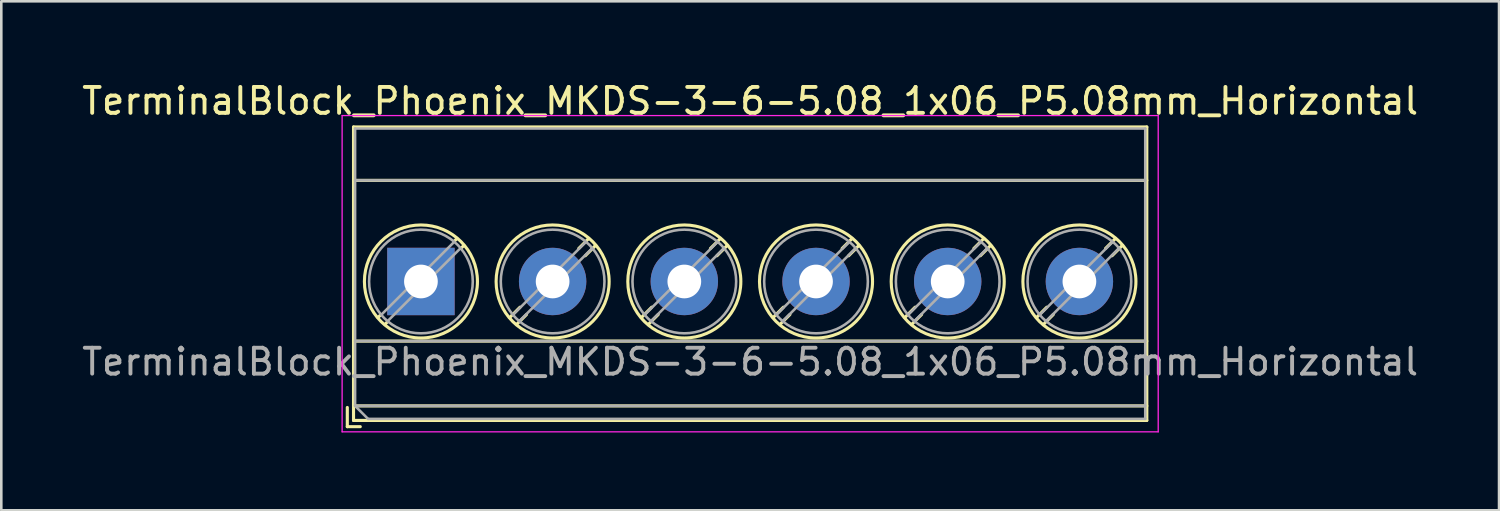
<source format=kicad_pcb>
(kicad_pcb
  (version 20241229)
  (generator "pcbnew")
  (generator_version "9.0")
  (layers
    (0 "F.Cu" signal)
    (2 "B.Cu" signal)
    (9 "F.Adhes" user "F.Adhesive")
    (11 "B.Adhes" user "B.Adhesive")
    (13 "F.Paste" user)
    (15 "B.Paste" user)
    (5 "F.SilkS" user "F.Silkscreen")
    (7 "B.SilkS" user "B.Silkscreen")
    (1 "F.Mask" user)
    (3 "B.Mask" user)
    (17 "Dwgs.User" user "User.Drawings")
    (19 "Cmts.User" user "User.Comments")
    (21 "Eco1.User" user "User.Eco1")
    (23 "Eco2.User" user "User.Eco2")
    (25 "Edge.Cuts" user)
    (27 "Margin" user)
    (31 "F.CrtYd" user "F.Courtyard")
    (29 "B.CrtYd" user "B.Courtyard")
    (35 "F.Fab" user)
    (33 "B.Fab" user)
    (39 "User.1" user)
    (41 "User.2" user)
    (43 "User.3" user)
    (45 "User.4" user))
  (footprint "TerminalBlock_Phoenix_MKDS-3-6-5.08_1x06_P5.08mm_Horizontal"
    (layer "F.Cu")
    (at 13.187 7.808)
    (property "Reference" "TerminalBlock_Phoenix_MKDS-3-6-5.08_1x06_P5.08mm_Horizontal" (at 12.7 -6.96 0) (layer "F.SilkS") (effects (font (size 1 1) (thickness 0.15))))
    (attr through_hole)
    (fp_line (start -2.84 4.86) (end -2.84 5.6) (stroke (width 0.12) (type solid)) (layer "F.SilkS"))
    (fp_line (start -2.84 5.6) (end -2.34 5.6) (stroke (width 0.12) (type solid)) (layer "F.SilkS"))
    (fp_line (start -2.6 -5.96) (end -2.6 5.36) (stroke (width 0.12) (type solid)) (layer "F.SilkS"))
    (fp_line (start -2.6 -5.96) (end 28 -5.96) (stroke (width 0.12) (type solid)) (layer "F.SilkS"))
    (fp_line (start -2.6 -3.9) (end 28 -3.9) (stroke (width 0.12) (type solid)) (layer "F.SilkS"))
    (fp_line (start -2.6 2.3) (end 28 2.3) (stroke (width 0.12) (type solid)) (layer "F.SilkS"))
    (fp_line (start -2.6 4.8) (end 28 4.8) (stroke (width 0.12) (type solid)) (layer "F.SilkS"))
    (fp_line (start -2.6 5.36) (end 28 5.36) (stroke (width 0.12) (type solid)) (layer "F.SilkS"))
    (fp_line (start -1.548 1.281) (end -1.654 1.388) (stroke (width 0.12) (type solid)) (layer "F.SilkS"))
    (fp_line (start -1.282 1.547) (end -1.388 1.654) (stroke (width 0.12) (type solid)) (layer "F.SilkS"))
    (fp_line (start 1.388 -1.654) (end 1.281 -1.547) (stroke (width 0.12) (type solid)) (layer "F.SilkS"))
    (fp_line (start 1.654 -1.388) (end 1.547 -1.281) (stroke (width 0.12) (type solid)) (layer "F.SilkS"))
    (fp_line (start 3.822 0.992) (end 3.427 1.388) (stroke (width 0.12) (type solid)) (layer "F.SilkS"))
    (fp_line (start 4.073 1.274) (end 3.693 1.654) (stroke (width 0.12) (type solid)) (layer "F.SilkS"))
    (fp_line (start 6.468 -1.654) (end 6.088 -1.274) (stroke (width 0.12) (type solid)) (layer "F.SilkS"))
    (fp_line (start 6.734 -1.388) (end 6.339 -0.992) (stroke (width 0.12) (type solid)) (layer "F.SilkS"))
    (fp_line (start 8.902 0.992) (end 8.507 1.388) (stroke (width 0.12) (type solid)) (layer "F.SilkS"))
    (fp_line (start 9.153 1.274) (end 8.773 1.654) (stroke (width 0.12) (type solid)) (layer "F.SilkS"))
    (fp_line (start 11.548 -1.654) (end 11.168 -1.274) (stroke (width 0.12) (type solid)) (layer "F.SilkS"))
    (fp_line (start 11.814 -1.388) (end 11.419 -0.992) (stroke (width 0.12) (type solid)) (layer "F.SilkS"))
    (fp_line (start 13.982 0.992) (end 13.587 1.388) (stroke (width 0.12) (type solid)) (layer "F.SilkS"))
    (fp_line (start 14.233 1.274) (end 13.853 1.654) (stroke (width 0.12) (type solid)) (layer "F.SilkS"))
    (fp_line (start 16.628 -1.654) (end 16.248 -1.274) (stroke (width 0.12) (type solid)) (layer "F.SilkS"))
    (fp_line (start 16.894 -1.388) (end 16.499 -0.992) (stroke (width 0.12) (type solid)) (layer "F.SilkS"))
    (fp_line (start 19.062 0.992) (end 18.667 1.388) (stroke (width 0.12) (type solid)) (layer "F.SilkS"))
    (fp_line (start 19.313 1.274) (end 18.933 1.654) (stroke (width 0.12) (type solid)) (layer "F.SilkS"))
    (fp_line (start 21.708 -1.654) (end 21.328 -1.274) (stroke (width 0.12) (type solid)) (layer "F.SilkS"))
    (fp_line (start 21.974 -1.388) (end 21.579 -0.992) (stroke (width 0.12) (type solid)) (layer "F.SilkS"))
    (fp_line (start 24.142 0.992) (end 23.747 1.388) (stroke (width 0.12) (type solid)) (layer "F.SilkS"))
    (fp_line (start 24.393 1.274) (end 24.013 1.654) (stroke (width 0.12) (type solid)) (layer "F.SilkS"))
    (fp_line (start 26.788 -1.654) (end 26.408 -1.274) (stroke (width 0.12) (type solid)) (layer "F.SilkS"))
    (fp_line (start 27.054 -1.388) (end 26.659 -0.992) (stroke (width 0.12) (type solid)) (layer "F.SilkS"))
    (fp_line (start 28 -5.96) (end 28 5.36) (stroke (width 0.12) (type solid)) (layer "F.SilkS"))
    (fp_circle (center 0 0) (end 2.18 0) (stroke (width 0.12) (type solid)) (fill no) (layer "F.SilkS"))
    (fp_circle (center 5.08 0) (end 7.26 0) (stroke (width 0.12) (type solid)) (fill no) (layer "F.SilkS"))
    (fp_circle (center 10.16 0) (end 12.34 0) (stroke (width 0.12) (type solid)) (fill no) (layer "F.SilkS"))
    (fp_circle (center 15.24 0) (end 17.42 0) (stroke (width 0.12) (type solid)) (fill no) (layer "F.SilkS"))
    (fp_circle (center 20.32 0) (end 22.5 0) (stroke (width 0.12) (type solid)) (fill no) (layer "F.SilkS"))
    (fp_circle (center 25.4 0) (end 27.58 0) (stroke (width 0.12) (type solid)) (fill no) (layer "F.SilkS"))
    (fp_line (start -3.04 -6.4) (end -3.04 5.8) (stroke (width 0.05) (type solid)) (layer "F.CrtYd"))
    (fp_line (start -3.04 5.8) (end 28.44 5.8) (stroke (width 0.05) (type solid)) (layer "F.CrtYd"))
    (fp_line (start 28.44 -6.4) (end -3.04 -6.4) (stroke (width 0.05) (type solid)) (layer "F.CrtYd"))
    (fp_line (start 28.44 5.8) (end 28.44 -6.4) (stroke (width 0.05) (type solid)) (layer "F.CrtYd"))
    (fp_line (start -2.54 -5.9) (end 27.94 -5.9) (stroke (width 0.1) (type solid)) (layer "F.Fab"))
    (fp_line (start -2.54 -3.9) (end 27.94 -3.9) (stroke (width 0.1) (type solid)) (layer "F.Fab"))
    (fp_line (start -2.54 2.3) (end 27.94 2.3) (stroke (width 0.1) (type solid)) (layer "F.Fab"))
    (fp_line (start -2.54 4.8) (end -2.54 -5.9) (stroke (width 0.1) (type solid)) (layer "F.Fab"))
    (fp_line (start -2.54 4.8) (end 27.94 4.8) (stroke (width 0.1) (type solid)) (layer "F.Fab"))
    (fp_line (start -2.04 5.3) (end -2.54 4.8) (stroke (width 0.1) (type solid)) (layer "F.Fab"))
    (fp_line (start 1.273 -1.517) (end -1.517 1.273) (stroke (width 0.1) (type solid)) (layer "F.Fab"))
    (fp_line (start 1.517 -1.273) (end -1.273 1.517) (stroke (width 0.1) (type solid)) (layer "F.Fab"))
    (fp_line (start 6.353 -1.517) (end 3.564 1.273) (stroke (width 0.1) (type solid)) (layer "F.Fab"))
    (fp_line (start 6.597 -1.273) (end 3.808 1.517) (stroke (width 0.1) (type solid)) (layer "F.Fab"))
    (fp_line (start 11.433 -1.517) (end 8.644 1.273) (stroke (width 0.1) (type solid)) (layer "F.Fab"))
    (fp_line (start 11.677 -1.273) (end 8.888 1.517) (stroke (width 0.1) (type solid)) (layer "F.Fab"))
    (fp_line (start 16.513 -1.517) (end 13.724 1.273) (stroke (width 0.1) (type solid)) (layer "F.Fab"))
    (fp_line (start 16.757 -1.273) (end 13.968 1.517) (stroke (width 0.1) (type solid)) (layer "F.Fab"))
    (fp_line (start 21.593 -1.517) (end 18.804 1.273) (stroke (width 0.1) (type solid)) (layer "F.Fab"))
    (fp_line (start 21.837 -1.273) (end 19.048 1.517) (stroke (width 0.1) (type solid)) (layer "F.Fab"))
    (fp_line (start 26.673 -1.517) (end 23.884 1.273) (stroke (width 0.1) (type solid)) (layer "F.Fab"))
    (fp_line (start 26.917 -1.273) (end 24.128 1.517) (stroke (width 0.1) (type solid)) (layer "F.Fab"))
    (fp_line (start 27.94 -5.9) (end 27.94 5.3) (stroke (width 0.1) (type solid)) (layer "F.Fab"))
    (fp_line (start 27.94 5.3) (end -2.04 5.3) (stroke (width 0.1) (type solid)) (layer "F.Fab"))
    (fp_circle (center 0 0) (end 2 0) (stroke (width 0.1) (type solid)) (fill no) (layer "F.Fab"))
    (fp_circle (center 5.08 0) (end 7.08 0) (stroke (width 0.1) (type solid)) (fill no) (layer "F.Fab"))
    (fp_circle (center 10.16 0) (end 12.16 0) (stroke (width 0.1) (type solid)) (fill no) (layer "F.Fab"))
    (fp_circle (center 15.24 0) (end 17.24 0) (stroke (width 0.1) (type solid)) (fill no) (layer "F.Fab"))
    (fp_circle (center 20.32 0) (end 22.32 0) (stroke (width 0.1) (type solid)) (fill no) (layer "F.Fab"))
    (fp_circle (center 25.4 0) (end 27.4 0) (stroke (width 0.1) (type solid)) (fill no) (layer "F.Fab"))
    (fp_text user "${REFERENCE}" (at 12.7 3.1 0) (layer "F.Fab") (effects (font (size 1 1) (thickness 0.15))))
    (pad "1" thru_hole rect (at 0 0) (size 2.6 2.6) (drill 1.3) (layers "*.Cu" "*.Mask"))
    (pad "2" thru_hole circle (at 5.08 0) (size 2.6 2.6) (drill 1.3) (layers "*.Cu" "*.Mask"))
    (pad "3" thru_hole circle (at 10.16 0) (size 2.6 2.6) (drill 1.3) (layers "*.Cu" "*.Mask"))
    (pad "4" thru_hole circle (at 15.24 0) (size 2.6 2.6) (drill 1.3) (layers "*.Cu" "*.Mask"))
    (pad "5" thru_hole circle (at 20.32 0) (size 2.6 2.6) (drill 1.3) (layers "*.Cu" "*.Mask"))
    (pad "6" thru_hole circle (at 25.4 0) (size 2.6 2.6) (drill 1.3) (layers "*.Cu" "*.Mask")))
  (gr_rect
    (start -3 -3)
    (end 54.774 16.633)
    (stroke (width 0.1) (type default))
    (fill no)
    (layer "Edge.Cuts")))
</source>
